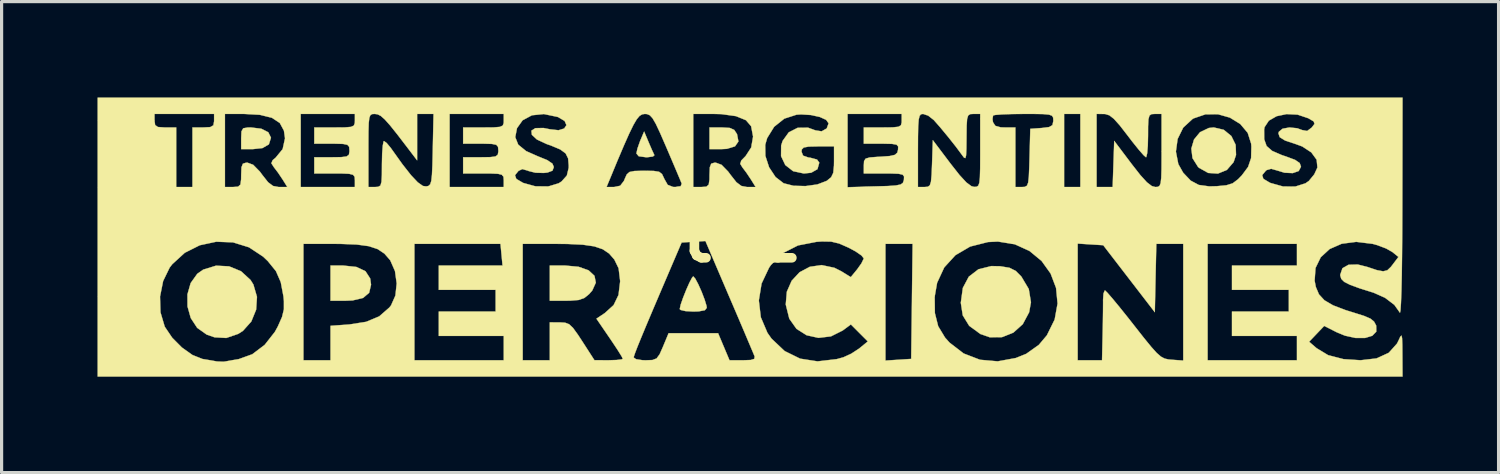
<source format=kicad_pcb>
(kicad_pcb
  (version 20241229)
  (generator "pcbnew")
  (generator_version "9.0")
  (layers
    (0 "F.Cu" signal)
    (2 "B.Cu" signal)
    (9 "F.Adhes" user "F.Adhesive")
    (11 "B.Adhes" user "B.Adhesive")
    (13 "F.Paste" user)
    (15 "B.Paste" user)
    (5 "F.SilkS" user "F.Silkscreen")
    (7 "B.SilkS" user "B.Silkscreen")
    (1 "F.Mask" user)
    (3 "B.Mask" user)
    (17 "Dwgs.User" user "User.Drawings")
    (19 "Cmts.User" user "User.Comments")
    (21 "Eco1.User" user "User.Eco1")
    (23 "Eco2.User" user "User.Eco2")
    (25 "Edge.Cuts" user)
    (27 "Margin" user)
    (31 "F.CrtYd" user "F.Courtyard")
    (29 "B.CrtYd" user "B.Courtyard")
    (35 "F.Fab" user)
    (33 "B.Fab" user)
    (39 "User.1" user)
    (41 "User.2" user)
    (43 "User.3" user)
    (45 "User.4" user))
  (footprint "ta1"
    (layer "F.Cu")
    (at 20.156 4.323)
    (property "Reference" "ta1" (at 0 0 0) (layer "F.SilkS") (effects (font (size 1.524 1.524) (thickness 0.3))))
    (attr through_hole)
    (fp_poly (pts (xy -12.059 0.976) (xy -11.775 1.11) (xy -11.627 1.339) (xy -11.601 1.532) (xy -11.661 1.784) (xy -11.85 1.945) (xy -12.177 2.023) (xy -12.389 2.032) (xy -12.869 2.032) (xy -12.869 0.931) (xy -12.483 0.931) (xy -12.059 0.976)) (stroke (width 0.01) (type solid)) (fill yes) (layer "F.SilkS"))
    (fp_poly (pts (xy -0.383 -3.372) (xy -0.243 -3.311) (xy -0.155 -3.178) (xy -0.155 -3.178) (xy -0.111 -2.949) (xy -0.218 -2.796) (xy -0.472 -2.718) (xy -0.645 -2.709) (xy -1.016 -2.709) (xy -1.016 -3.387) (xy -0.633 -3.387) (xy -0.383 -3.372)) (stroke (width 0.01) (type solid)) (fill yes) (layer "F.SilkS"))
    (fp_poly (pts (xy -15.034 -3.347) (xy -14.815 -3.236) (xy -14.732 -3.069) (xy -14.732 -3.062) (xy -14.797 -2.858) (xy -14.997 -2.742) (xy -15.299 -2.709) (xy -15.663 -2.709) (xy -15.663 -3.048) (xy -15.654 -3.265) (xy -15.599 -3.361) (xy -15.453 -3.386) (xy -15.361 -3.387) (xy -15.034 -3.347)) (stroke (width 0.01) (type solid)) (fill yes) (layer "F.SilkS"))
    (fp_poly (pts (xy -5.109 0.971) (xy -4.796 1.083) (xy -4.613 1.253) (xy -4.571 1.467) (xy -4.682 1.712) (xy -4.78 1.824) (xy -4.93 1.946) (xy -5.108 2.009) (xy -5.373 2.031) (xy -5.499 2.032) (xy -6.011 2.032) (xy -6.011 0.931) (xy -5.54 0.931) (xy -5.109 0.971)) (stroke (width 0.01) (type solid)) (fill yes) (layer "F.SilkS"))
    (fp_poly (pts (xy -2.918 -2.921) (xy -2.822 -2.698) (xy -2.751 -2.545) (xy -2.738 -2.519) (xy -2.785 -2.478) (xy -2.952 -2.456) (xy -3.001 -2.455) (xy -3.23 -2.486) (xy -3.302 -2.573) (xy -3.27 -2.725) (xy -3.193 -2.945) (xy -3.181 -2.975) (xy -3.06 -3.26) (xy -2.918 -2.921)) (stroke (width 0.01) (type solid)) (fill yes) (layer "F.SilkS"))
    (fp_poly (pts (xy 15.069 -3.313) (xy 15.305 -3.119) (xy 15.44 -2.844) (xy 15.452 -2.527) (xy 15.376 -2.302) (xy 15.166 -2.059) (xy 14.886 -1.944) (xy 14.581 -1.964) (xy 14.295 -2.124) (xy 14.262 -2.155) (xy 14.09 -2.428) (xy 14.054 -2.727) (xy 14.138 -3.011) (xy 14.326 -3.239) (xy 14.6 -3.37) (xy 14.755 -3.387) (xy 15.069 -3.313)) (stroke (width 0.01) (type solid)) (fill yes) (layer "F.SilkS"))
    (fp_poly (pts (xy -1.461 1.341) (xy -1.365 1.521) (xy -1.26 1.757) (xy -1.168 1.998) (xy -1.11 2.19) (xy -1.101 2.255) (xy -1.161 2.33) (xy -1.355 2.366) (xy -1.524 2.371) (xy -1.766 2.357) (xy -1.919 2.321) (xy -1.947 2.294) (xy -1.918 2.158) (xy -1.843 1.941) (xy -1.744 1.693) (xy -1.643 1.465) (xy -1.56 1.309) (xy -1.524 1.27) (xy -1.461 1.341)) (stroke (width 0.01) (type solid)) (fill yes) (layer "F.SilkS"))
    (fp_poly (pts (xy 8.075 0.954) (xy 8.366 1.002) (xy 8.565 1.102) (xy 8.738 1.277) (xy 8.97 1.667) (xy 9.038 2.081) (xy 8.981 2.394) (xy 8.782 2.766) (xy 8.488 3.03) (xy 8.131 3.172) (xy 7.748 3.175) (xy 7.457 3.074) (xy 7.106 2.817) (xy 6.905 2.49) (xy 6.844 2.096) (xy 6.908 1.631) (xy 7.095 1.279) (xy 7.395 1.049) (xy 7.799 0.949) (xy 8.075 0.954)) (stroke (width 0.01) (type solid)) (fill yes) (layer "F.SilkS"))
    (fp_poly (pts (xy -16.041 0.957) (xy -15.668 1.11) (xy -15.371 1.382) (xy -15.281 1.526) (xy -15.169 1.911) (xy -15.195 2.311) (xy -15.346 2.682) (xy -15.608 2.975) (xy -15.755 3.069) (xy -16.129 3.197) (xy -16.495 3.177) (xy -16.741 3.092) (xy -17.039 2.881) (xy -17.24 2.574) (xy -17.342 2.211) (xy -17.344 1.833) (xy -17.243 1.48) (xy -17.037 1.191) (xy -16.851 1.06) (xy -16.449 0.936) (xy -16.041 0.957)) (stroke (width 0.01) (type solid)) (fill yes) (layer "F.SilkS"))
    (fp_poly (pts (xy 20.653 -0.868) (xy 20.65 -0.08) (xy 20.644 0.624) (xy 20.636 1.23) (xy 20.625 1.726) (xy 20.611 2.096) (xy 20.596 2.329) (xy 20.58 2.409) (xy 20.576 2.404) (xy 20.403 2.161) (xy 20.113 1.941) (xy 19.757 1.782) (xy 19.743 1.778) (xy 19.311 1.642) (xy 19.017 1.534) (xy 18.836 1.442) (xy 18.743 1.35) (xy 18.712 1.245) (xy 18.711 1.219) (xy 18.78 1.016) (xy 18.971 0.908) (xy 19.259 0.9) (xy 19.554 0.974) (xy 19.86 1.076) (xy 20.054 1.112) (xy 20.184 1.08) (xy 20.295 0.974) (xy 20.35 0.903) (xy 20.532 0.663) (xy 20.343 0.51) (xy 20.148 0.399) (xy 19.87 0.294) (xy 19.726 0.254) (xy 19.213 0.191) (xy 18.758 0.25) (xy 18.381 0.415) (xy 18.101 0.673) (xy 17.938 1.008) (xy 17.91 1.406) (xy 17.948 1.603) (xy 18.045 1.832) (xy 18.216 2.018) (xy 18.488 2.177) (xy 18.888 2.329) (xy 19.137 2.406) (xy 19.46 2.508) (xy 19.657 2.593) (xy 19.768 2.684) (xy 19.833 2.804) (xy 19.836 2.813) (xy 19.839 2.999) (xy 19.712 3.129) (xy 19.486 3.197) (xy 19.191 3.197) (xy 18.859 3.125) (xy 18.602 3.019) (xy 18.21 2.82) (xy 17.738 3.315) (xy 17.971 3.516) (xy 18.333 3.735) (xy 18.812 3.859) (xy 19.346 3.894) (xy 19.847 3.836) (xy 20.228 3.661) (xy 20.486 3.373) (xy 20.533 3.279) (xy 20.591 3.154) (xy 20.627 3.122) (xy 20.645 3.201) (xy 20.653 3.412) (xy 20.655 3.704) (xy 20.659 4.403) (xy -20.151 4.403) (xy -20.151 1.902) (xy -18.201 1.902) (xy -18.187 2.395) (xy -18.057 2.834) (xy -18.046 2.856) (xy -17.82 3.19) (xy -17.517 3.495) (xy -17.186 3.73) (xy -16.874 3.854) (xy -16.856 3.857) (xy -16.616 3.897) (xy -16.437 3.929) (xy -16.425 3.932) (xy -16.223 3.94) (xy -16.171 3.934) (xy -16.005 3.904) (xy -15.767 3.863) (xy -15.737 3.858) (xy -15.315 3.706) (xy -14.928 3.413) (xy -14.609 3.006) (xy -14.518 2.84) (xy -14.385 2.54) (xy -14.327 2.301) (xy -14.327 2.04) (xy -14.341 1.895) (xy -14.425 1.451) (xy -14.576 1.106) (xy -14.83 0.793) (xy -14.976 0.654) (xy -15.418 0.362) (xy -15.767 0.254) (xy -13.716 0.254) (xy -13.716 3.895) (xy -12.869 3.895) (xy -12.869 2.817) (xy -12.284 2.775) (xy -11.753 2.692) (xy -11.345 2.521) (xy -11.032 2.248) (xy -10.976 2.178) (xy -10.84 1.872) (xy -10.799 1.492) (xy -10.853 1.104) (xy -10.999 0.773) (xy -11.007 0.761) (xy -11.182 0.56) (xy -11.393 0.418) (xy -11.672 0.326) (xy -12.048 0.275) (xy -12.553 0.255) (xy -12.74 0.254) (xy -10.245 0.254) (xy -10.245 3.895) (xy -7.451 3.895) (xy -7.451 3.133) (xy -9.483 3.133) (xy -9.483 2.371) (xy -7.705 2.371) (xy -7.705 1.693) (xy -9.483 1.693) (xy -9.483 0.931) (xy -7.489 0.931) (xy -7.521 0.593) (xy -7.553 0.254) (xy -6.858 0.254) (xy -6.858 3.895) (xy -6.011 3.895) (xy -6.011 2.709) (xy -5.694 2.71) (xy -5.531 2.72) (xy -5.406 2.768) (xy -5.285 2.882) (xy -5.132 3.093) (xy -4.995 3.302) (xy -4.614 3.893) (xy -4.17 3.894) (xy -3.921 3.886) (xy -3.76 3.866) (xy -3.725 3.849) (xy -3.746 3.809) (xy -3.387 3.809) (xy -3.311 3.861) (xy -3.121 3.891) (xy -3.017 3.895) (xy -2.801 3.887) (xy -2.67 3.837) (xy -2.575 3.707) (xy -2.471 3.471) (xy -2.295 3.048) (xy -0.747 3.048) (xy -0.39 3.895) (xy 0.026 3.895) (xy 0.273 3.886) (xy 0.385 3.851) (xy 0.396 3.778) (xy 0.39 3.76) (xy 0.342 3.645) (xy 0.238 3.399) (xy 0.089 3.046) (xy -0.096 2.611) (xy -0.307 2.118) (xy -0.348 2.023) (xy 0.527 2.023) (xy 0.589 2.549) (xy 0.796 3.036) (xy 0.923 3.217) (xy 1.334 3.606) (xy 1.818 3.844) (xy 2.364 3.929) (xy 2.964 3.859) (xy 3.175 3.8) (xy 3.417 3.689) (xy 3.665 3.527) (xy 3.683 3.512) (xy 3.936 3.305) (xy 3.671 3.04) (xy 3.406 2.774) (xy 3.151 2.963) (xy 2.783 3.147) (xy 2.393 3.194) (xy 2.021 3.112) (xy 1.705 2.912) (xy 1.484 2.6) (xy 1.477 2.583) (xy 1.369 2.15) (xy 1.403 1.751) (xy 1.554 1.408) (xy 1.802 1.141) (xy 2.122 0.971) (xy 2.492 0.918) (xy 2.89 1.002) (xy 3.11 1.113) (xy 3.403 1.294) (xy 3.604 1.049) (xy 3.736 0.863) (xy 3.805 0.721) (xy 3.807 0.705) (xy 3.738 0.618) (xy 3.556 0.492) (xy 3.341 0.376) (xy 3.064 0.254) (xy 4.487 0.254) (xy 4.487 3.904) (xy 4.889 3.878) (xy 5.292 3.852) (xy 5.315 2.053) (xy 5.316 1.906) (xy 6.027 1.906) (xy 6.033 2.418) (xy 6.136 2.829) (xy 6.351 3.185) (xy 6.49 3.341) (xy 6.933 3.682) (xy 7.445 3.879) (xy 7.997 3.928) (xy 8.178 3.895) (xy 10.499 3.895) (xy 11.261 3.895) (xy 11.279 3.111) (xy 11.287 2.721) (xy 11.292 2.356) (xy 11.294 2.077) (xy 11.293 2.008) (xy 11.306 1.81) (xy 11.344 1.714) (xy 11.358 1.712) (xy 11.431 1.784) (xy 11.589 1.966) (xy 11.812 2.236) (xy 12.08 2.57) (xy 12.256 2.794) (xy 12.569 3.192) (xy 12.8 3.475) (xy 12.971 3.665) (xy 13.104 3.781) (xy 13.22 3.842) (xy 13.341 3.869) (xy 13.442 3.878) (xy 13.801 3.904) (xy 13.801 0.254) (xy 14.563 0.254) (xy 14.563 3.895) (xy 17.357 3.895) (xy 17.357 3.133) (xy 15.325 3.133) (xy 15.325 2.371) (xy 17.103 2.371) (xy 17.103 1.693) (xy 15.325 1.693) (xy 15.325 0.931) (xy 17.357 0.931) (xy 17.357 0.254) (xy 14.563 0.254) (xy 13.801 0.254) (xy 12.959 0.254) (xy 12.935 1.323) (xy 12.912 2.392) (xy 12.105 1.344) (xy 11.298 0.296) (xy 10.898 0.271) (xy 10.499 0.245) (xy 10.499 3.895) (xy 8.178 3.895) (xy 8.565 3.824) (xy 8.89 3.693) (xy 9.284 3.413) (xy 9.536 3.114) (xy 9.779 2.621) (xy 9.87 2.12) (xy 9.823 1.632) (xy 9.652 1.181) (xy 9.37 0.788) (xy 8.992 0.476) (xy 8.532 0.267) (xy 8.004 0.182) (xy 7.694 0.197) (xy 7.137 0.338) (xy 6.676 0.608) (xy 6.326 0.991) (xy 6.103 1.471) (xy 6.027 1.906) (xy 5.316 1.906) (xy 5.337 0.254) (xy 4.487 0.254) (xy 3.064 0.254) (xy 3.042 0.244) (xy 2.791 0.184) (xy 2.5 0.179) (xy 2.334 0.19) (xy 1.752 0.303) (xy 1.279 0.544) (xy 0.906 0.915) (xy 0.847 1) (xy 0.613 1.495) (xy 0.527 2.023) (xy -0.348 2.023) (xy -0.403 1.895) (xy -1.143 0.165) (xy -1.516 0.188) (xy -1.888 0.212) (xy -2.16 0.847) (xy -2.497 1.635) (xy -2.772 2.28) (xy -2.989 2.793) (xy -3.153 3.188) (xy -3.27 3.475) (xy -3.344 3.668) (xy -3.381 3.777) (xy -3.387 3.809) (xy -3.746 3.809) (xy -3.77 3.763) (xy -3.889 3.572) (xy -4.061 3.313) (xy -4.139 3.198) (xy -4.552 2.594) (xy -4.288 2.417) (xy -4.014 2.168) (xy -3.862 1.853) (xy -3.811 1.434) (xy -3.811 1.41) (xy -3.859 1.017) (xy -3.992 0.744) (xy -4.155 0.557) (xy -4.354 0.422) (xy -4.619 0.332) (xy -4.978 0.28) (xy -5.46 0.257) (xy -5.797 0.254) (xy -6.858 0.254) (xy -7.553 0.254) (xy -10.245 0.254) (xy -12.74 0.254) (xy -13.716 0.254) (xy -15.767 0.254) (xy -15.918 0.207) (xy -16.442 0.187) (xy -16.957 0.297) (xy -17.427 0.533) (xy -17.82 0.892) (xy -17.901 0.998) (xy -18.104 1.416) (xy -18.201 1.902) (xy -20.151 1.902) (xy -20.151 -3.81) (xy -18.373 -3.81) (xy -18.373 -3.598) (xy -18.354 -3.462) (xy -18.267 -3.401) (xy -18.063 -3.387) (xy -18.034 -3.387) (xy -17.695 -3.387) (xy -17.695 -1.524) (xy -17.187 -1.524) (xy -17.187 -3.387) (xy -16.849 -3.387) (xy -16.63 -3.398) (xy -16.533 -3.453) (xy -16.51 -3.58) (xy -16.51 -3.598) (xy -16.51 -3.81) (xy -16.171 -3.81) (xy -16.171 -1.524) (xy -15.917 -1.524) (xy -15.761 -1.535) (xy -15.687 -1.599) (xy -15.665 -1.761) (xy -15.663 -1.905) (xy -15.654 -2.141) (xy -15.61 -2.253) (xy -15.509 -2.285) (xy -15.468 -2.286) (xy -15.287 -2.219) (xy -15.08 -2.008) (xy -15.004 -1.905) (xy -14.821 -1.673) (xy -14.666 -1.557) (xy -14.492 -1.524) (xy -14.478 -1.524) (xy -14.22 -1.524) (xy -14.365 -1.757) (xy -14.512 -1.976) (xy -14.64 -2.144) (xy -14.72 -2.268) (xy -14.678 -2.364) (xy -14.586 -2.441) (xy -14.366 -2.709) (xy -14.292 -3.047) (xy -14.326 -3.287) (xy -14.455 -3.526) (xy -14.701 -3.689) (xy -15.078 -3.782) (xy -15.576 -3.81) (xy -13.801 -3.81) (xy -13.801 -1.524) (xy -12.107 -1.524) (xy -12.107 -1.736) (xy -12.115 -1.843) (xy -12.163 -1.906) (xy -12.286 -1.937) (xy -12.519 -1.947) (xy -12.742 -1.947) (xy -13.377 -1.947) (xy -13.377 -2.455) (xy -12.827 -2.455) (xy -12.531 -2.459) (xy -12.366 -2.48) (xy -12.294 -2.533) (xy -12.277 -2.632) (xy -12.277 -2.667) (xy -11.684 -2.667) (xy -11.684 -1.524) (xy -11.472 -1.524) (xy -11.37 -1.531) (xy -11.307 -1.573) (xy -11.275 -1.684) (xy -11.263 -1.898) (xy -11.261 -2.244) (xy -11.254 -2.569) (xy -11.235 -2.817) (xy -11.209 -2.95) (xy -11.197 -2.962) (xy -11.111 -2.899) (xy -10.983 -2.745) (xy -10.964 -2.718) (xy -10.621 -2.238) (xy -10.35 -1.893) (xy -10.14 -1.671) (xy -9.981 -1.558) (xy -9.878 -1.54) (xy -9.804 -1.559) (xy -9.752 -1.608) (xy -9.717 -1.715) (xy -9.696 -1.907) (xy -9.682 -2.213) (xy -9.671 -2.659) (xy -9.671 -2.688) (xy -9.647 -3.81) (xy -9.144 -3.81) (xy -9.144 -1.524) (xy -7.451 -1.524) (xy -4.236 -1.524) (xy -3.999 -1.524) (xy -3.809 -1.564) (xy -3.692 -1.716) (xy -3.667 -1.778) (xy -3.604 -1.918) (xy -3.518 -1.994) (xy -3.363 -2.025) (xy -3.092 -2.032) (xy -3.048 -2.032) (xy -2.759 -2.027) (xy -2.592 -2) (xy -2.501 -1.93) (xy -2.438 -1.799) (xy -2.429 -1.778) (xy -2.323 -1.592) (xy -2.158 -1.527) (xy -2.089 -1.524) (xy -1.919 -1.546) (xy -1.885 -1.624) (xy -1.895 -1.656) (xy -1.947 -1.781) (xy -2.051 -2.028) (xy -2.193 -2.362) (xy -2.358 -2.748) (xy -2.38 -2.799) (xy -2.561 -3.215) (xy -2.694 -3.498) (xy -2.796 -3.674) (xy -2.882 -3.768) (xy -2.969 -3.805) (xy -3.038 -3.81) (xy -1.524 -3.81) (xy -1.524 -1.524) (xy -1.27 -1.524) (xy -1.114 -1.535) (xy -1.04 -1.599) (xy -1.017 -1.761) (xy -1.016 -1.905) (xy -1.006 -2.141) (xy -0.963 -2.253) (xy -0.862 -2.285) (xy -0.821 -2.286) (xy -0.639 -2.219) (xy -0.433 -2.008) (xy -0.357 -1.905) (xy -0.174 -1.673) (xy -0.019 -1.557) (xy 0.156 -1.524) (xy 0.17 -1.524) (xy 0.427 -1.524) (xy 0.282 -1.757) (xy 0.138 -1.973) (xy 0.014 -2.137) (xy -0.055 -2.249) (xy -0.022 -2.353) (xy 0.114 -2.493) (xy 0.289 -2.762) (xy 0.303 -2.845) (xy 0.727 -2.845) (xy 0.732 -2.497) (xy 0.848 -2.141) (xy 1.05 -1.836) (xy 1.303 -1.641) (xy 1.611 -1.563) (xy 1.987 -1.553) (xy 2.358 -1.605) (xy 2.647 -1.715) (xy 2.659 -1.723) (xy 2.789 -1.83) (xy 2.855 -1.968) (xy 2.877 -2.194) (xy 2.879 -2.33) (xy 2.879 -2.794) (xy 2.371 -2.794) (xy 2.086 -2.788) (xy 1.933 -2.76) (xy 1.871 -2.699) (xy 1.863 -2.63) (xy 1.91 -2.506) (xy 2.078 -2.447) (xy 2.138 -2.44) (xy 2.348 -2.383) (xy 2.418 -2.286) (xy 2.361 -2.082) (xy 2.165 -1.971) (xy 1.937 -1.947) (xy 1.6 -2.019) (xy 1.354 -2.211) (xy 1.222 -2.49) (xy 1.225 -2.822) (xy 1.272 -2.968) (xy 1.463 -3.234) (xy 1.741 -3.376) (xy 2.066 -3.38) (xy 2.297 -3.296) (xy 2.492 -3.266) (xy 2.651 -3.357) (xy 2.709 -3.517) (xy 2.632 -3.625) (xy 2.433 -3.715) (xy 2.156 -3.776) (xy 1.849 -3.795) (xy 1.707 -3.786) (xy 1.325 -3.663) (xy 1.006 -3.408) (xy 0.788 -3.056) (xy 0.727 -2.845) (xy 0.303 -2.845) (xy 0.347 -3.101) (xy 0.286 -3.425) (xy 0.124 -3.614) (xy -0.189 -3.741) (xy -0.645 -3.804) (xy -0.885 -3.81) (xy 3.302 -3.81) (xy 3.302 -1.518) (xy 4.17 -1.542) (xy 4.561 -1.555) (xy 4.814 -1.573) (xy 4.961 -1.603) (xy 5.032 -1.653) (xy 5.06 -1.73) (xy 5.065 -1.757) (xy 5.069 -1.853) (xy 5.025 -1.91) (xy 4.9 -1.938) (xy 4.658 -1.947) (xy 4.451 -1.947) (xy 3.81 -1.947) (xy 3.81 -2.197) (xy 3.818 -2.335) (xy 3.867 -2.412) (xy 3.996 -2.449) (xy 4.246 -2.468) (xy 4.331 -2.472) (xy 4.621 -2.493) (xy 4.782 -2.53) (xy 4.857 -2.598) (xy 4.875 -2.667) (xy 5.503 -2.667) (xy 5.503 -1.524) (xy 5.712 -1.524) (xy 5.812 -1.532) (xy 5.875 -1.577) (xy 5.911 -1.692) (xy 5.931 -1.911) (xy 5.945 -2.257) (xy 5.969 -2.99) (xy 6.519 -2.261) (xy 6.804 -1.899) (xy 7.017 -1.668) (xy 7.176 -1.55) (xy 7.26 -1.528) (xy 7.337 -1.532) (xy 7.389 -1.565) (xy 7.423 -1.653) (xy 7.441 -1.824) (xy 7.449 -2.103) (xy 7.451 -2.517) (xy 7.451 -2.667) (xy 7.451 -3.652) (xy 7.835 -3.652) (xy 7.851 -3.551) (xy 7.923 -3.438) (xy 8.092 -3.391) (xy 8.223 -3.387) (xy 8.551 -3.387) (xy 8.551 -1.524) (xy 8.76 -1.524) (xy 8.852 -1.529) (xy 8.913 -1.566) (xy 8.951 -1.663) (xy 8.972 -1.85) (xy 8.985 -2.158) (xy 8.993 -2.434) (xy 9.017 -3.344) (xy 9.377 -3.37) (xy 9.605 -3.399) (xy 9.709 -3.459) (xy 9.736 -3.581) (xy 9.737 -3.603) (xy 9.732 -3.694) (xy 9.697 -3.753) (xy 9.602 -3.788) (xy 9.418 -3.805) (xy 9.115 -3.81) (xy 8.819 -3.81) (xy 10.075 -3.81) (xy 10.075 -1.524) (xy 10.583 -1.524) (xy 10.583 -3.81) (xy 11.091 -3.81) (xy 11.091 -1.524) (xy 11.593 -1.524) (xy 11.642 -2.967) (xy 12.186 -2.246) (xy 12.46 -1.896) (xy 12.664 -1.672) (xy 12.818 -1.554) (xy 12.927 -1.524) (xy 13.006 -1.529) (xy 13.06 -1.561) (xy 13.094 -1.646) (xy 13.113 -1.812) (xy 13.121 -2.085) (xy 13.123 -2.492) (xy 13.123 -2.632) (xy 13.571 -2.632) (xy 13.647 -2.241) (xy 13.799 -1.971) (xy 14.034 -1.724) (xy 14.287 -1.589) (xy 14.613 -1.544) (xy 14.85 -1.55) (xy 15.149 -1.578) (xy 15.347 -1.64) (xy 15.513 -1.765) (xy 15.633 -1.889) (xy 15.639 -1.896) (xy 16.27 -1.896) (xy 16.307 -1.78) (xy 16.503 -1.663) (xy 16.531 -1.65) (xy 16.921 -1.541) (xy 17.303 -1.538) (xy 17.624 -1.64) (xy 17.73 -1.714) (xy 17.898 -1.919) (xy 17.997 -2.134) (xy 17.973 -2.378) (xy 17.807 -2.606) (xy 17.524 -2.792) (xy 17.303 -2.873) (xy 16.986 -2.978) (xy 16.818 -3.083) (xy 16.778 -3.202) (xy 16.791 -3.251) (xy 16.908 -3.348) (xy 17.121 -3.386) (xy 17.365 -3.362) (xy 17.521 -3.305) (xy 17.676 -3.277) (xy 17.819 -3.383) (xy 17.906 -3.497) (xy 17.881 -3.575) (xy 17.725 -3.668) (xy 17.707 -3.677) (xy 17.376 -3.788) (xy 17.034 -3.805) (xy 16.721 -3.739) (xy 16.478 -3.599) (xy 16.344 -3.396) (xy 16.331 -3.32) (xy 16.333 -3.017) (xy 16.408 -2.806) (xy 16.583 -2.653) (xy 16.888 -2.521) (xy 17.021 -2.477) (xy 17.299 -2.373) (xy 17.443 -2.274) (xy 17.484 -2.159) (xy 17.484 -2.159) (xy 17.412 -2.024) (xy 17.226 -1.959) (xy 16.969 -1.971) (xy 16.755 -2.036) (xy 16.551 -2.094) (xy 16.411 -2.054) (xy 16.383 -2.032) (xy 16.27 -1.896) (xy 15.639 -1.896) (xy 15.829 -2.152) (xy 15.923 -2.428) (xy 15.932 -2.785) (xy 15.925 -2.879) (xy 15.817 -3.218) (xy 15.584 -3.495) (xy 15.261 -3.694) (xy 14.886 -3.8) (xy 14.495 -3.797) (xy 14.125 -3.671) (xy 14.09 -3.65) (xy 13.8 -3.382) (xy 13.625 -3.027) (xy 13.571 -2.632) (xy 13.123 -2.632) (xy 13.123 -2.667) (xy 13.123 -3.81) (xy 12.912 -3.81) (xy 12.807 -3.803) (xy 12.744 -3.758) (xy 12.712 -3.641) (xy 12.701 -3.418) (xy 12.7 -3.133) (xy 12.693 -2.818) (xy 12.673 -2.581) (xy 12.645 -2.462) (xy 12.635 -2.455) (xy 12.561 -2.519) (xy 12.411 -2.69) (xy 12.21 -2.94) (xy 12.064 -3.131) (xy 11.815 -3.452) (xy 11.632 -3.656) (xy 11.491 -3.766) (xy 11.363 -3.806) (xy 11.324 -3.808) (xy 11.091 -3.81) (xy 10.583 -3.81) (xy 10.075 -3.81) (xy 8.819 -3.81) (xy 8.442 -3.806) (xy 8.131 -3.795) (xy 7.923 -3.778) (xy 7.855 -3.763) (xy 7.835 -3.652) (xy 7.451 -3.652) (xy 7.451 -3.81) (xy 7.239 -3.81) (xy 7.138 -3.804) (xy 7.075 -3.762) (xy 7.041 -3.653) (xy 7.027 -3.442) (xy 7.023 -3.098) (xy 7.023 -3.069) (xy 7.019 -2.718) (xy 7.009 -2.512) (xy 6.986 -2.428) (xy 6.944 -2.444) (xy 6.876 -2.534) (xy 6.875 -2.536) (xy 6.694 -2.78) (xy 6.451 -3.087) (xy 6.197 -3.394) (xy 5.999 -3.619) (xy 5.823 -3.757) (xy 5.664 -3.81) (xy 5.599 -3.799) (xy 5.555 -3.748) (xy 5.527 -3.632) (xy 5.511 -3.422) (xy 5.505 -3.094) (xy 5.503 -2.667) (xy 4.875 -2.667) (xy 4.881 -2.688) (xy 4.885 -2.791) (xy 4.835 -2.848) (xy 4.695 -2.873) (xy 4.429 -2.879) (xy 4.36 -2.879) (xy 3.81 -2.879) (xy 3.81 -3.387) (xy 4.403 -3.387) (xy 4.712 -3.39) (xy 4.89 -3.408) (xy 4.971 -3.454) (xy 4.994 -3.542) (xy 4.995 -3.598) (xy 4.995 -3.81) (xy 3.302 -3.81) (xy -0.885 -3.81) (xy -1.524 -3.81) (xy -3.038 -3.81) (xy -3.121 -3.797) (xy -3.203 -3.748) (xy -3.291 -3.643) (xy -3.395 -3.466) (xy -3.526 -3.198) (xy -3.693 -2.822) (xy -3.906 -2.321) (xy -4.104 -1.841) (xy -4.236 -1.524) (xy -7.451 -1.524) (xy -7.451 -1.736) (xy -7.459 -1.843) (xy -7.496 -1.893) (xy -7.099 -1.893) (xy -7.058 -1.778) (xy -6.858 -1.66) (xy -6.837 -1.65) (xy -6.449 -1.543) (xy -6.061 -1.541) (xy -5.732 -1.641) (xy -5.642 -1.699) (xy -5.478 -1.882) (xy -5.42 -2.123) (xy -5.419 -2.197) (xy -5.438 -2.419) (xy -5.516 -2.576) (xy -5.685 -2.7) (xy -5.976 -2.822) (xy -6.107 -2.867) (xy -6.414 -3.01) (xy -6.572 -3.158) (xy -6.586 -3.286) (xy -6.462 -3.365) (xy -6.207 -3.37) (xy -6.002 -3.329) (xy -5.737 -3.3) (xy -5.56 -3.354) (xy -5.49 -3.46) (xy -5.546 -3.589) (xy -5.747 -3.709) (xy -5.77 -3.717) (xy -6.196 -3.806) (xy -6.569 -3.768) (xy -6.861 -3.611) (xy -7.037 -3.364) (xy -7.091 -3.084) (xy -6.998 -2.849) (xy -6.75 -2.647) (xy -6.389 -2.487) (xy -6.089 -2.365) (xy -5.929 -2.256) (xy -5.884 -2.149) (xy -5.927 -2.035) (xy -6.081 -1.977) (xy -6.198 -1.964) (xy -6.459 -1.971) (xy -6.675 -2.025) (xy -6.69 -2.033) (xy -6.87 -2.085) (xy -6.99 -2.028) (xy -7.099 -1.893) (xy -7.496 -1.893) (xy -7.506 -1.906) (xy -7.629 -1.937) (xy -7.863 -1.947) (xy -8.086 -1.947) (xy -8.721 -1.947) (xy -8.721 -2.455) (xy -8.17 -2.455) (xy -7.874 -2.459) (xy -7.71 -2.48) (xy -7.638 -2.533) (xy -7.62 -2.632) (xy -7.62 -2.667) (xy -7.63 -2.781) (xy -7.684 -2.844) (xy -7.822 -2.872) (xy -8.08 -2.879) (xy -8.17 -2.879) (xy -8.721 -2.879) (xy -8.721 -3.387) (xy -8.086 -3.387) (xy -7.763 -3.389) (xy -7.573 -3.405) (xy -7.482 -3.446) (xy -7.453 -3.524) (xy -7.451 -3.598) (xy -7.451 -3.81) (xy -9.144 -3.81) (xy -9.647 -3.81) (xy -10.16 -3.81) (xy -10.16 -2.358) (xy -10.471 -2.766) (xy -10.779 -3.168) (xy -11.007 -3.453) (xy -11.173 -3.639) (xy -11.297 -3.748) (xy -11.397 -3.798) (xy -11.487 -3.81) (xy -11.566 -3.805) (xy -11.62 -3.774) (xy -11.655 -3.689) (xy -11.674 -3.524) (xy -11.682 -3.252) (xy -11.684 -2.846) (xy -11.684 -2.667) (xy -12.277 -2.667) (xy -12.286 -2.781) (xy -12.341 -2.844) (xy -12.478 -2.872) (xy -12.737 -2.879) (xy -12.827 -2.879) (xy -13.377 -2.879) (xy -13.377 -3.387) (xy -12.742 -3.387) (xy -12.419 -3.389) (xy -12.23 -3.405) (xy -12.139 -3.446) (xy -12.11 -3.524) (xy -12.107 -3.598) (xy -12.107 -3.81) (xy -13.801 -3.81) (xy -15.576 -3.81) (xy -16.171 -3.81) (xy -16.51 -3.81) (xy -18.373 -3.81) (xy -20.151 -3.81) (xy -20.151 -4.318) (xy 20.659 -4.318) (xy 20.653 -0.868)) (stroke (width 0.01) (type solid)) (fill yes) (layer "F.SilkS")))
  (gr_rect
    (start -3 -3)
    (end 43.819 11.731)
    (stroke (width 0.1) (type default))
    (fill no)
    (layer "Edge.Cuts")))
</source>
